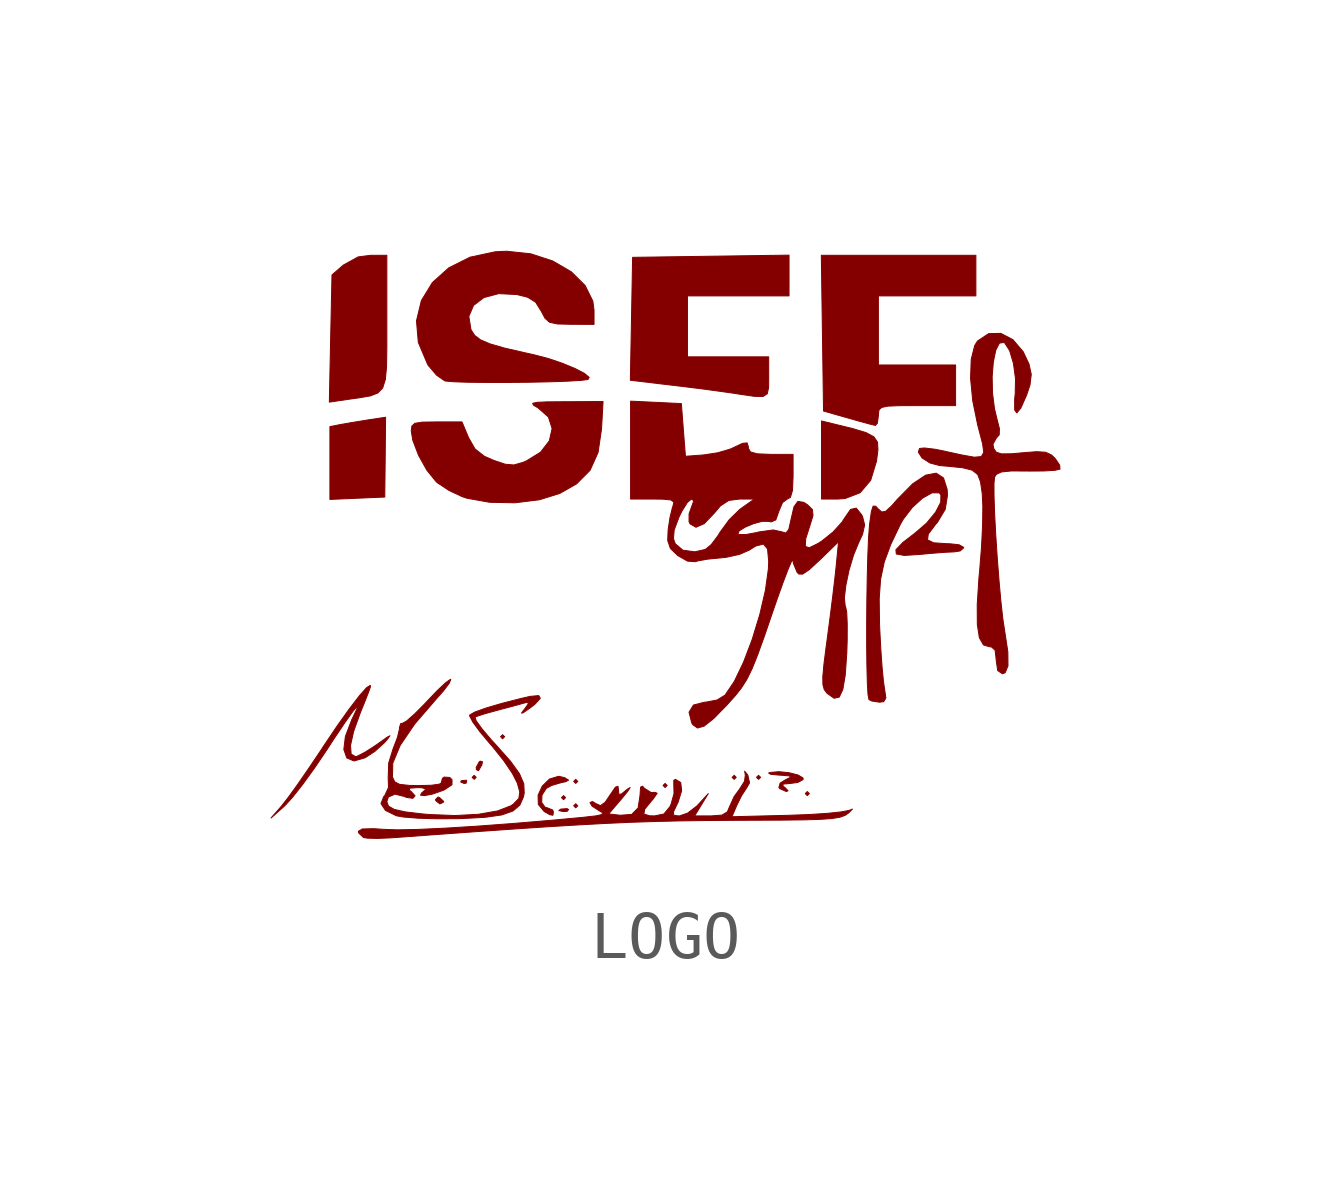
<source format=kicad_sym>
(kicad_symbol_lib
  (version 20220914)
  (generator "bitmap2component")
  (generator_version "9.0")
  (symbol "LOGO"
    (pin_names
      (offset 1.016))
    (property "Reference" "#G"
      (at 0 8.89 0)
      (effects (font (size 1.27 1.27)) hide))
    (symbol "LOGO_0_0"
      (polyline (pts (xy -6.308 -8.119) (xy -5.611 -8.068) (xy -4.635 -7.997) (xy -3.793 -7.938) (xy -3.062 -7.889) (xy -2.42 -7.85) (xy -1.845 -7.819) (xy -1.316 -7.795) (xy -0.811 -7.778) (xy -0.308 -7.766) (xy 0.215 -7.758) (xy 0.78 -7.754) (xy 1.409 -7.751) (xy 1.794 -7.75) (xy 2.28 -7.744) (xy 2.635 -7.734) (xy 2.885 -7.716) (xy 3.051 -7.689) (xy 3.159 -7.65) (xy 3.233 -7.599) (xy 3.234 -7.598) (xy 3.311 -7.519) (xy 3.272 -7.535) (xy 3.252 -7.544) (xy 3.086 -7.577) (xy 2.794 -7.608) (xy 2.412 -7.633) (xy 1.975 -7.649) (xy 0.8 -7.679) (xy 0.903 -7.438) (xy 1.001 -7.24) (xy 1.113 -7.068) (xy 1.167 -6.972) (xy 1.132 -6.814) (xy 1.117 -6.792) (xy 1.065 -6.731) (xy 1.079 -6.814) (xy 1.062 -6.94) (xy 0.956 -7.108) (xy 0.846 -7.258) (xy 0.75 -7.47) (xy 0.705 -7.577) (xy 0.591 -7.645) (xy 0.362 -7.662) (xy 0.023 -7.662) (xy 0.165 -7.429) (xy 0.307 -7.197) (xy 0.094 -7.429) (xy 0.068 -7.456) (xy -0.123 -7.603) (xy -0.294 -7.662) (xy -0.314 -7.662) (xy -0.413 -7.648) (xy -0.418 -7.576) (xy -0.335 -7.401) (xy -0.32 -7.371) (xy -0.248 -7.137) (xy -0.267 -6.966) (xy -0.376 -6.9) (xy -0.412 -6.919) (xy -0.411 -7.029) (xy -0.411 -7.029) (xy -0.407 -7.194) (xy -0.466 -7.41) (xy -0.493 -7.47) (xy -0.618 -7.622) (xy -0.815 -7.662) (xy -0.917 -7.659) (xy -1.036 -7.622) (xy -1.018 -7.523) (xy -0.868 -7.339) (xy -0.839 -7.306) (xy -0.758 -7.189) (xy -0.804 -7.171) (xy -0.885 -7.174) (xy -1.023 -7.087) (xy -1.063 -7.042) (xy -1.104 -7.062) (xy -1.115 -7.231) (xy -1.155 -7.495) (xy -1.288 -7.63) (xy -1.53 -7.648) (xy -1.769 -7.62) (xy -1.479 -7.281) (xy -1.37 -7.147) (xy -1.322 -7.07) (xy -1.378 -7.104) (xy -1.505 -7.207) (xy -1.558 -7.211) (xy -1.567 -7.104) (xy -1.575 -7.045) (xy -1.628 -7.062) (xy -1.739 -7.225) (xy -1.842 -7.377) (xy -1.939 -7.448) (xy -2.035 -7.405) (xy -2.108 -7.361) (xy -2.159 -7.385) (xy -2.114 -7.458) (xy -1.968 -7.554) (xy -1.897 -7.595) (xy -1.906 -7.632) (xy -2.043 -7.662) (xy -2.328 -7.694) (xy -2.91 -7.748) (xy -3.741 -7.818) (xy -4.502 -7.875) (xy -5.174 -7.917) (xy -5.737 -7.943) (xy -6.17 -7.952) (xy -6.456 -7.942) (xy -6.665 -7.928) (xy -6.904 -7.934) (xy -6.985 -7.982) (xy -6.978 -8.018) (xy -6.879 -8.112) (xy -6.802 -8.125) (xy -6.586 -8.131) (xy -6.308 -8.119)) (stroke (width 0.01) (type default)) (fill (type outline)))
      (polyline (pts (xy -4.953 -7.72) (xy -4.831 -7.717) (xy -4.344 -7.691) (xy -3.995 -7.641) (xy -3.763 -7.559) (xy -3.62 -7.436) (xy -3.545 -7.266) (xy -3.529 -7.183) (xy -3.538 -6.99) (xy -3.629 -6.78) (xy -3.816 -6.521) (xy -4.117 -6.183) (xy -4.219 -6.072) (xy -4.411 -5.845) (xy -4.531 -5.678) (xy -4.554 -5.604) (xy -4.518 -5.587) (xy -4.348 -5.532) (xy -4.106 -5.465) (xy -4.005 -5.438) (xy -3.741 -5.368) (xy -3.557 -5.317) (xy -3.48 -5.296) (xy -3.435 -5.312) (xy -3.514 -5.424) (xy -3.585 -5.518) (xy -3.557 -5.516) (xy -3.41 -5.415) (xy -3.309 -5.337) (xy -3.193 -5.211) (xy -3.227 -5.154) (xy -3.408 -5.171) (xy -3.591 -5.213) (xy -3.989 -5.315) (xy -4.323 -5.413) (xy -4.56 -5.498) (xy -4.665 -5.559) (xy -4.666 -5.578) (xy -4.6 -5.706) (xy -4.449 -5.911) (xy -4.239 -6.161) (xy -4.189 -6.218) (xy -3.958 -6.507) (xy -3.774 -6.778) (xy -3.672 -6.979) (xy -3.621 -7.165) (xy -3.641 -7.298) (xy -3.758 -7.418) (xy -3.805 -7.45) (xy -4.084 -7.558) (xy -4.484 -7.628) (xy -4.969 -7.654) (xy -5.504 -7.633) (xy -5.643 -7.621) (xy -6.009 -7.578) (xy -6.239 -7.526) (xy -6.358 -7.457) (xy -6.392 -7.364) (xy -6.36 -7.268) (xy -6.222 -7.208) (xy -6.025 -7.257) (xy -5.984 -7.276) (xy -5.849 -7.295) (xy -5.804 -7.243) (xy -5.887 -7.151) (xy -5.921 -7.127) (xy -5.916 -7.084) (xy -5.757 -7.072) (xy -5.67 -7.074) (xy -5.577 -7.097) (xy -5.63 -7.154) (xy -5.658 -7.173) (xy -5.691 -7.229) (xy -5.606 -7.239) (xy -5.438 -7.206) (xy -5.222 -7.13) (xy -5.189 -7.116) (xy -5.035 -7.013) (xy -5.033 -6.908) (xy -5.08 -6.86) (xy -5.199 -6.853) (xy -5.234 -6.881) (xy -5.257 -6.973) (xy -5.297 -7) (xy -5.465 -7.023) (xy -5.725 -7.03) (xy -5.925 -7.026) (xy -6.127 -7.004) (xy -6.229 -6.95) (xy -6.275 -6.849) (xy -6.268 -6.561) (xy -6.114 -6.192) (xy -5.812 -5.747) (xy -5.36 -5.223) (xy -5.212 -5.056) (xy -5.091 -4.896) (xy -5.06 -4.818) (xy -5.069 -4.817) (xy -5.164 -4.884) (xy -5.334 -5.043) (xy -5.549 -5.268) (xy -5.603 -5.326) (xy -5.817 -5.541) (xy -5.984 -5.687) (xy -6.072 -5.735) (xy -6.101 -5.735) (xy -6.129 -5.819) (xy -6.13 -5.854) (xy -6.172 -6.03) (xy -6.261 -6.261) (xy -6.353 -6.557) (xy -6.364 -6.87) (xy -6.357 -7.069) (xy -6.436 -7.24) (xy -6.458 -7.261) (xy -6.514 -7.405) (xy -6.421 -7.547) (xy -6.193 -7.659) (xy -6.046 -7.685) (xy -5.75 -7.709) (xy -5.37 -7.721) (xy -4.953 -7.72)) (stroke (width 0.01) (type default)) (fill (type outline)))
      (polyline (pts (xy -8.52 -7.451) (xy -8.363 -7.28) (xy -8.145 -7.004) (xy -7.896 -6.66) (xy -7.644 -6.287) (xy -7.498 -6.062) (xy -7.257 -5.704) (xy -7.094 -5.476) (xy -7.012 -5.381) (xy -7.013 -5.425) (xy -7.1 -5.609) (xy -7.124 -5.658) (xy -7.256 -6.006) (xy -7.288 -6.277) (xy -7.226 -6.454) (xy -7.076 -6.517) (xy -6.843 -6.449) (xy -6.641 -6.316) (xy -6.434 -6.128) (xy -6.376 -6.059) (xy -6.327 -5.991) (xy -6.384 -6.02) (xy -6.562 -6.147) (xy -6.628 -6.194) (xy -6.846 -6.334) (xy -7.006 -6.417) (xy -7.044 -6.427) (xy -7.136 -6.374) (xy -7.149 -6.192) (xy -7.083 -5.897) (xy -6.941 -5.503) (xy -6.839 -5.252) (xy -6.761 -5.051) (xy -6.731 -4.961) (xy -6.739 -4.942) (xy -6.815 -4.99) (xy -6.964 -5.158) (xy -7.172 -5.429) (xy -7.427 -5.787) (xy -7.715 -6.215) (xy -7.762 -6.288) (xy -8.018 -6.668) (xy -8.256 -7.013) (xy -8.453 -7.285) (xy -8.582 -7.451) (xy -8.805 -7.705) (xy -8.52 -7.451)) (stroke (width 0.01) (type default)) (fill (type outline)))
      (polyline (pts (xy -2.921 -7.578) (xy -2.935 -7.539) (xy -3.048 -7.493) (xy -3.091 -7.484) (xy -3.165 -7.384) (xy -3.159 -7.228) (xy -3.069 -7.088) (xy -2.958 -7.027) (xy -2.752 -6.966) (xy -2.667 -6.95) (xy -2.604 -6.916) (xy -2.689 -6.864) (xy -2.811 -6.836) (xy -3.002 -6.893) (xy -3.153 -7.04) (xy -3.24 -7.231) (xy -3.235 -7.423) (xy -3.111 -7.571) (xy -2.996 -7.636) (xy -2.931 -7.648) (xy -2.921 -7.578)) (stroke (width 0.01) (type default)) (fill (type outline)))
      (polyline (pts (xy -2.631 -7.565) (xy -2.605 -7.527) (xy -2.635 -7.51) (xy -2.768 -7.52) (xy -2.807 -7.55) (xy -2.716 -7.571) (xy -2.631 -7.565)) (stroke (width 0.01) (type default)) (fill (type outline)))
      (polyline (pts (xy -2.413 -7.451) (xy -2.455 -7.408) (xy -2.498 -7.451) (xy -2.455 -7.493) (xy -2.413 -7.451)) (stroke (width 0.01) (type default)) (fill (type outline)))
      (polyline (pts (xy -5.273 -7.407) (xy -5.207 -7.371) (xy -5.211 -7.357) (xy -5.292 -7.281) (xy -5.324 -7.268) (xy -5.376 -7.319) (xy -5.373 -7.343) (xy -5.292 -7.408) (xy -5.273 -7.407)) (stroke (width 0.01) (type default)) (fill (type outline)))
      (polyline (pts (xy -2.667 -7.281) (xy -2.709 -7.239) (xy -2.752 -7.281) (xy -2.709 -7.324) (xy -2.667 -7.281)) (stroke (width 0.01) (type default)) (fill (type outline)))
      (polyline (pts (xy 2.413 -7.197) (xy 2.371 -7.154) (xy 2.328 -7.197) (xy 2.371 -7.239) (xy 2.413 -7.197)) (stroke (width 0.01) (type default)) (fill (type outline)))
      (polyline (pts (xy 1.97 -7.138) (xy 1.905 -7.07) (xy 1.868 -7.043) (xy 1.861 -6.999) (xy 2.006 -6.986) (xy 2.17 -6.965) (xy 2.283 -6.905) (xy 2.282 -6.871) (xy 2.179 -6.81) (xy 1.993 -6.762) (xy 1.78 -6.74) (xy 1.596 -6.756) (xy 1.565 -6.768) (xy 1.606 -6.794) (xy 1.778 -6.811) (xy 1.821 -6.813) (xy 1.998 -6.828) (xy 2.025 -6.855) (xy 1.921 -6.905) (xy 1.804 -6.979) (xy 1.778 -7.069) (xy 1.796 -7.092) (xy 1.931 -7.153) (xy 1.97 -7.138)) (stroke (width 0.01) (type default)) (fill (type outline)))
      (polyline (pts (xy -0.55 -7.027) (xy -0.593 -6.985) (xy -0.635 -7.027) (xy -0.593 -7.07) (xy -0.55 -7.027)) (stroke (width 0.01) (type default)) (fill (type outline)))
      (polyline (pts (xy -4.739 -6.979) (xy -4.727 -6.928) (xy -4.74 -6.918) (xy -4.84 -6.928) (xy -4.853 -6.954) (xy -4.784 -6.985) (xy -4.739 -6.979)) (stroke (width 0.01) (type default)) (fill (type outline)))
      (polyline (pts (xy -2.413 -6.943) (xy -2.455 -6.9) (xy -2.498 -6.943) (xy -2.455 -6.985) (xy -2.413 -6.943)) (stroke (width 0.01) (type default)) (fill (type outline)))
      (polyline (pts (xy -4.53 -6.858) (xy -4.572 -6.816) (xy -4.614 -6.858) (xy -4.572 -6.9) (xy -4.53 -6.858)) (stroke (width 0.01) (type default)) (fill (type outline)))
      (polyline (pts (xy 0.889 -6.858) (xy 0.847 -6.816) (xy 0.804 -6.858) (xy 0.847 -6.9) (xy 0.889 -6.858)) (stroke (width 0.01) (type default)) (fill (type outline)))
      (polyline (pts (xy 1.397 -6.858) (xy 1.355 -6.816) (xy 1.312 -6.858) (xy 1.355 -6.9) (xy 1.397 -6.858)) (stroke (width 0.01) (type default)) (fill (type outline)))
      (polyline (pts (xy -4.413 -6.6) (xy -4.398 -6.534) (xy -4.446 -6.52) (xy -4.468 -6.537) (xy -4.53 -6.651) (xy -4.525 -6.699) (xy -4.481 -6.719) (xy -4.413 -6.6)) (stroke (width 0.01) (type default)) (fill (type outline)))
      (polyline (pts (xy -3.937 -6.011) (xy -3.979 -5.969) (xy -4.022 -6.011) (xy -3.979 -6.054) (xy -3.937 -6.011)) (stroke (width 0.01) (type default)) (fill (type outline)))
      (polyline (pts (xy 0.22 -5.791) (xy 0.417 -5.635) (xy 0.694 -5.352) (xy 0.702 -5.343) (xy 0.869 -5.157) (xy 1.002 -4.989) (xy 1.114 -4.811) (xy 1.221 -4.592) (xy 1.337 -4.303) (xy 1.478 -3.912) (xy 1.656 -3.391) (xy 1.732 -3.172) (xy 1.863 -2.804) (xy 1.969 -2.525) (xy 2.041 -2.358) (xy 2.069 -2.328) (xy 2.081 -2.399) (xy 2.157 -2.582) (xy 2.191 -2.62) (xy 2.273 -2.623) (xy 2.41 -2.531) (xy 2.63 -2.328) (xy 3.022 -1.947) (xy 2.968 -2.498) (xy 2.946 -2.7) (xy 2.899 -3.097) (xy 2.841 -3.555) (xy 2.781 -4.01) (xy 2.768 -4.102) (xy 2.718 -4.494) (xy 2.694 -4.758) (xy 2.696 -4.925) (xy 2.724 -5.029) (xy 2.778 -5.101) (xy 2.789 -5.111) (xy 2.93 -5.21) (xy 3.036 -5.186) (xy 3.111 -5.027) (xy 3.162 -4.723) (xy 3.194 -4.261) (xy 3.202 -3.997) (xy 3.203 -3.662) (xy 3.192 -3.418) (xy 3.169 -3.302) (xy 3.161 -3.288) (xy 3.143 -3.123) (xy 3.174 -2.858) (xy 3.24 -2.542) (xy 3.334 -2.227) (xy 3.444 -1.96) (xy 3.522 -1.792) (xy 3.566 -1.597) (xy 3.523 -1.427) (xy 3.505 -1.389) (xy 3.392 -1.248) (xy 3.273 -1.274) (xy 3.14 -1.467) (xy 3.095 -1.538) (xy 2.908 -1.745) (xy 2.672 -1.934) (xy 2.592 -1.985) (xy 2.41 -2.074) (xy 2.328 -2.044) (xy 2.338 -1.885) (xy 2.433 -1.586) (xy 2.489 -1.403) (xy 2.478 -1.279) (xy 2.378 -1.18) (xy 2.297 -1.127) (xy 2.174 -1.107) (xy 2.093 -1.219) (xy 2.032 -1.481) (xy 1.985 -1.692) (xy 1.925 -1.766) (xy 1.825 -1.738) (xy 1.661 -1.702) (xy 1.362 -1.744) (xy 1.313 -1.757) (xy 1.09 -1.798) (xy 0.947 -1.797) (xy 0.924 -1.784) (xy 0.95 -1.722) (xy 1.075 -1.644) (xy 1.25 -1.571) (xy 1.429 -1.523) (xy 1.563 -1.523) (xy 1.615 -1.535) (xy 1.714 -1.493) (xy 1.777 -1.316) (xy 1.779 -1.309) (xy 1.854 -1.132) (xy 1.954 -1.058) (xy 2.019 -1.024) (xy 2.062 -0.878) (xy 2.074 -0.593) (xy 2.074 -0.127) (xy 1.609 -0.127) (xy 1.331 -0.116) (xy 1.185 -0.076) (xy 1.143 0) (xy 1.142 0.033) (xy 1.116 0.112) (xy 1.021 0.103) (xy 0.82 0.008) (xy 0.765 -0.017) (xy 0.503 -0.094) (xy 0.21 -0.139) (xy -0.169 -0.167) (xy -0.212 0.382) (xy -0.254 0.931) (xy -0.783 0.957) (xy -1.312 0.982) (xy -1.312 -0.038) (xy -1.312 -1.058) (xy -0.838 -1.058) (xy -0.648 -1.06) (xy -0.472 -1.077) (xy -0.41 -1.122) (xy -0.429 -1.206) (xy -0.441 -1.238) (xy -0.491 -1.443) (xy -0.53 -1.702) (xy -0.537 -1.886) (xy -0.418 -1.886) (xy -0.404 -1.705) (xy -0.305 -1.438) (xy -0.242 -1.31) (xy -0.129 -1.129) (xy -0.044 -1.058) (xy 0.005 -1.095) (xy -0.046 -1.234) (xy -0.093 -1.366) (xy -0.094 -1.531) (xy -0.071 -1.577) (xy 0.051 -1.646) (xy 0.223 -1.57) (xy 0.429 -1.355) (xy 0.561 -1.2) (xy 0.735 -1.087) (xy 0.961 -1.058) (xy 1.268 -1.058) (xy 0.998 -1.249) (xy 0.966 -1.272) (xy 0.74 -1.493) (xy 0.554 -1.748) (xy 0.515 -1.813) (xy 0.371 -2.005) (xy 0.247 -2.108) (xy 0.027 -2.158) (xy -0.222 -2.124) (xy -0.382 -1.989) (xy -0.418 -1.886) (xy -0.537 -1.886) (xy -0.538 -1.925) (xy -0.483 -2.087) (xy -0.331 -2.235) (xy -0.331 -2.235) (xy -0.125 -2.352) (xy 0.036 -2.364) (xy 0.089 -2.347) (xy 0.299 -2.31) (xy 0.567 -2.284) (xy 0.675 -2.273) (xy 0.955 -2.212) (xy 1.158 -2.124) (xy 1.294 -2.038) (xy 1.457 -1.996) (xy 1.542 -2.099) (xy 1.566 -2.354) (xy 1.56 -2.511) (xy 1.498 -2.959) (xy 1.381 -3.463) (xy 1.224 -3.978) (xy 1.041 -4.46) (xy 0.847 -4.863) (xy 0.657 -5.144) (xy 0.491 -5.246) (xy 0.25 -5.292) (xy 0.227 -5.292) (xy -0.002 -5.351) (xy -0.094 -5.501) (xy -0.038 -5.722) (xy -0.015 -5.761) (xy 0.083 -5.83) (xy 0.22 -5.791)) (stroke (width 0.01) (type default)) (fill (type outline)))
      (polyline (pts (xy 3.963 -5.28) (xy 4.008 -5.205) (xy 3.981 -5.016) (xy 3.958 -4.862) (xy 3.929 -4.562) (xy 3.902 -4.177) (xy 3.88 -3.757) (xy 3.876 -3.652) (xy 3.869 -3.14) (xy 3.898 -2.731) (xy 3.974 -2.372) (xy 4.108 -2.008) (xy 4.31 -1.585) (xy 4.37 -1.479) (xy 4.558 -1.234) (xy 4.771 -1.04) (xy 4.97 -0.928) (xy 5.117 -0.928) (xy 5.155 -0.971) (xy 5.152 -1.124) (xy 5.045 -1.332) (xy 4.857 -1.56) (xy 4.607 -1.775) (xy 4.362 -1.963) (xy 4.217 -2.115) (xy 4.226 -2.203) (xy 4.39 -2.233) (xy 4.711 -2.213) (xy 4.952 -2.19) (xy 5.24 -2.168) (xy 5.431 -2.159) (xy 5.558 -2.139) (xy 5.63 -2.074) (xy 5.628 -2.065) (xy 5.534 -2.011) (xy 5.341 -1.99) (xy 5.281 -1.989) (xy 5.002 -1.97) (xy 4.876 -1.908) (xy 4.892 -1.789) (xy 5.037 -1.596) (xy 5.082 -1.544) (xy 5.245 -1.274) (xy 5.292 -0.981) (xy 5.285 -0.857) (xy 5.209 -0.618) (xy 5.057 -0.519) (xy 4.838 -0.56) (xy 4.567 -0.74) (xy 4.253 -1.058) (xy 4.131 -1.197) (xy 4.005 -1.314) (xy 3.921 -1.328) (xy 3.843 -1.258) (xy 3.796 -1.208) (xy 3.743 -1.205) (xy 3.706 -1.318) (xy 3.67 -1.574) (xy 3.667 -1.602) (xy 3.647 -1.865) (xy 3.632 -2.231) (xy 3.62 -2.67) (xy 3.612 -3.151) (xy 3.608 -3.644) (xy 3.608 -4.12) (xy 3.613 -4.546) (xy 3.622 -4.895) (xy 3.636 -5.135) (xy 3.655 -5.235) (xy 3.711 -5.266) (xy 3.876 -5.292) (xy 3.963 -5.28)) (stroke (width 0.01) (type default)) (fill (type outline)))
      (polyline (pts (xy 6.493 -4.679) (xy 6.553 -4.535) (xy 6.55 -4.243) (xy 6.483 -3.8) (xy 6.444 -3.542) (xy 6.404 -3.178) (xy 6.365 -2.745) (xy 6.329 -2.277) (xy 6.298 -1.808) (xy 6.275 -1.372) (xy 6.262 -1.003) (xy 6.261 -0.734) (xy 6.274 -0.6) (xy 6.312 -0.542) (xy 6.418 -0.493) (xy 6.62 -0.473) (xy 6.955 -0.474) (xy 6.999 -0.475) (xy 7.303 -0.473) (xy 7.531 -0.459) (xy 7.636 -0.435) (xy 7.631 -0.353) (xy 7.535 -0.211) (xy 7.459 -0.139) (xy 7.337 -0.083) (xy 7.149 -0.071) (xy 6.846 -0.095) (xy 6.626 -0.115) (xy 6.418 -0.117) (xy 6.309 -0.082) (xy 6.255 -0.003) (xy 6.24 0.085) (xy 6.311 0.214) (xy 6.37 0.279) (xy 6.375 0.407) (xy 6.315 0.644) (xy 6.271 0.829) (xy 6.23 1.157) (xy 6.223 1.492) (xy 6.248 1.8) (xy 6.299 2.045) (xy 6.375 2.192) (xy 6.471 2.205) (xy 6.483 2.197) (xy 6.587 2.036) (xy 6.667 1.768) (xy 6.71 1.448) (xy 6.703 1.131) (xy 6.692 1.021) (xy 6.692 0.798) (xy 6.737 0.737) (xy 6.821 0.838) (xy 6.939 1.103) (xy 7.011 1.317) (xy 7.038 1.54) (xy 6.991 1.755) (xy 6.87 2.012) (xy 6.655 2.264) (xy 6.405 2.394) (xy 6.15 2.389) (xy 5.919 2.236) (xy 5.859 2.141) (xy 5.787 1.853) (xy 5.773 1.459) (xy 5.818 0.992) (xy 5.921 0.488) (xy 5.947 0.389) (xy 6.023 0.097) (xy 6.048 -0.085) (xy 5.998 -0.173) (xy 5.851 -0.186) (xy 5.583 -0.138) (xy 5.172 -0.048) (xy 5.022 -0.019) (xy 4.811 0.006) (xy 4.709 -0.004) (xy 4.685 -0.081) (xy 4.762 -0.201) (xy 4.925 -0.306) (xy 5.131 -0.361) (xy 5.274 -0.372) (xy 5.602 -0.405) (xy 5.807 -0.456) (xy 5.922 -0.547) (xy 5.98 -0.698) (xy 6.015 -0.932) (xy 6.016 -0.942) (xy 6.029 -1.213) (xy 6.024 -1.6) (xy 6.002 -2.051) (xy 5.965 -2.518) (xy 5.948 -2.7) (xy 5.912 -3.261) (xy 5.914 -3.672) (xy 5.956 -3.947) (xy 6.041 -4.098) (xy 6.169 -4.137) (xy 6.206 -4.138) (xy 6.285 -4.209) (xy 6.308 -4.412) (xy 6.308 -4.423) (xy 6.339 -4.632) (xy 6.435 -4.699) (xy 6.493 -4.679)) (stroke (width 0.01) (type default)) (fill (type outline)))
      (polyline (pts (xy -3.211 -1.073) (xy -2.786 -0.94) (xy -2.438 -0.742) (xy -2.156 -0.458) (xy -1.99 -0.088) (xy -1.918 0.4) (xy -1.886 0.974) (xy -2.679 0.97) (xy -2.7 0.97) (xy -3.057 0.967) (xy -3.267 0.957) (xy -3.353 0.937) (xy -3.337 0.899) (xy -3.24 0.841) (xy -3.024 0.651) (xy -2.948 0.411) (xy -3.005 0.156) (xy -3.188 -0.081) (xy -3.491 -0.268) (xy -3.558 -0.295) (xy -3.745 -0.348) (xy -3.923 -0.333) (xy -4.173 -0.249) (xy -4.363 -0.165) (xy -4.556 -0.012) (xy -4.689 0.222) (xy -4.826 0.549) (xy -5.355 0.549) (xy -5.365 0.549) (xy -5.65 0.545) (xy -5.806 0.521) (xy -5.87 0.464) (xy -5.883 0.36) (xy -5.85 0.164) (xy -5.73 -0.149) (xy -5.556 -0.46) (xy -5.363 -0.697) (xy -5.331 -0.724) (xy -5.094 -0.881) (xy -4.822 -1.008) (xy -4.72 -1.042) (xy -4.248 -1.126) (xy -3.722 -1.136) (xy -3.211 -1.073)) (stroke (width 0.01) (type default)) (fill (type outline)))
      (polyline (pts (xy -7.006 -1.041) (xy -6.435 -1.016) (xy -6.426 -0.185) (xy -6.418 0.646) (xy -6.765 0.594) (xy -6.814 0.586) (xy -7.104 0.539) (xy -7.345 0.497) (xy -7.578 0.452) (xy -7.578 -0.307) (xy -7.578 -1.066) (xy -7.006 -1.041)) (stroke (width 0.01) (type default)) (fill (type outline)))
      (polyline (pts (xy 3.155 -1.048) (xy 3.472 -0.926) (xy 3.692 -0.666) (xy 3.812 -0.271) (xy 3.815 -0.253) (xy 3.843 -0.029) (xy 3.833 0.128) (xy 3.758 0.239) (xy 3.595 0.326) (xy 3.317 0.41) (xy 2.9 0.512) (xy 2.667 0.569) (xy 2.667 -0.245) (xy 2.667 -1.058) (xy 3.01 -1.058) (xy 3.155 -1.048)) (stroke (width 0.01) (type default)) (fill (type outline)))
      (polyline (pts (xy 3.831 0.522) (xy 3.852 0.677) (xy 3.853 0.713) (xy 3.865 0.799) (xy 3.92 0.851) (xy 4.049 0.878) (xy 4.284 0.888) (xy 4.657 0.889) (xy 5.461 0.889) (xy 5.461 1.312) (xy 5.461 1.736) (xy 4.657 1.736) (xy 3.852 1.736) (xy 3.852 2.455) (xy 3.852 3.175) (xy 4.868 3.175) (xy 5.884 3.175) (xy 5.884 3.598) (xy 5.884 4.022) (xy 4.274 4.022) (xy 2.663 4.022) (xy 2.686 2.399) (xy 2.709 0.776) (xy 3.217 0.631) (xy 3.458 0.563) (xy 3.679 0.503) (xy 3.789 0.476) (xy 3.831 0.522)) (stroke (width 0.01) (type default)) (fill (type outline)))
      (polyline (pts (xy -7.182 1.022) (xy -6.958 1.053) (xy -6.734 1.092) (xy -6.579 1.152) (xy -6.479 1.256) (xy -6.423 1.431) (xy -6.398 1.7) (xy -6.392 2.089) (xy -6.392 2.623) (xy -6.392 4.022) (xy -6.726 4.022) (xy -6.99 3.988) (xy -7.298 3.818) (xy -7.535 3.613) (xy -7.563 2.288) (xy -7.59 0.962) (xy -7.182 1.022)) (stroke (width 0.01) (type default)) (fill (type outline)))
      (polyline (pts (xy 1.536 1.136) (xy 1.564 1.264) (xy 1.566 1.482) (xy 1.566 1.905) (xy 0.72 1.905) (xy -0.127 1.905) (xy -0.127 2.54) (xy -0.127 3.175) (xy 0.931 3.175) (xy 1.99 3.175) (xy 1.99 3.6) (xy 1.99 4.025) (xy 0.36 4.002) (xy -1.27 3.979) (xy -1.293 2.698) (xy -1.317 1.417) (xy -0.447 1.314) (xy -0.226 1.288) (xy 0.197 1.235) (xy 0.575 1.184) (xy 0.847 1.145) (xy 0.966 1.126) (xy 1.27 1.082) (xy 1.449 1.08) (xy 1.536 1.136)) (stroke (width 0.01) (type default)) (fill (type outline)))
      (polyline (pts (xy -3.887 1.372) (xy -3.438 1.376) (xy -3.009 1.385) (xy -2.636 1.398) (xy -2.355 1.414) (xy -2.201 1.433) (xy -2.175 1.477) (xy -2.272 1.559) (xy -2.47 1.662) (xy -2.736 1.772) (xy -3.038 1.874) (xy -3.344 1.953) (xy -3.509 1.989) (xy -3.942 2.089) (xy -4.243 2.176) (xy -4.44 2.26) (xy -4.561 2.352) (xy -4.634 2.464) (xy -4.64 2.479) (xy -4.683 2.75) (xy -4.585 2.977) (xy -4.369 3.141) (xy -4.06 3.223) (xy -3.683 3.204) (xy -3.458 3.148) (xy -3.291 3.044) (xy -3.175 2.859) (xy -3.097 2.712) (xy -3.001 2.626) (xy -2.84 2.591) (xy -2.561 2.584) (xy -2.074 2.582) (xy -2.074 2.878) (xy -2.099 3.067) (xy -2.26 3.392) (xy -2.547 3.677) (xy -2.934 3.903) (xy -3.393 4.053) (xy -3.897 4.106) (xy -4.133 4.095) (xy -4.659 3.982) (xy -5.1 3.761) (xy -5.443 3.453) (xy -5.672 3.078) (xy -5.774 2.656) (xy -5.736 2.207) (xy -5.543 1.751) (xy -5.523 1.72) (xy -5.356 1.524) (xy -5.186 1.406) (xy -5.166 1.401) (xy -4.996 1.386) (xy -4.702 1.376) (xy -4.321 1.372) (xy -3.887 1.372)) (stroke (width 0.01) (type default)) (fill (type outline))))))
</source>
